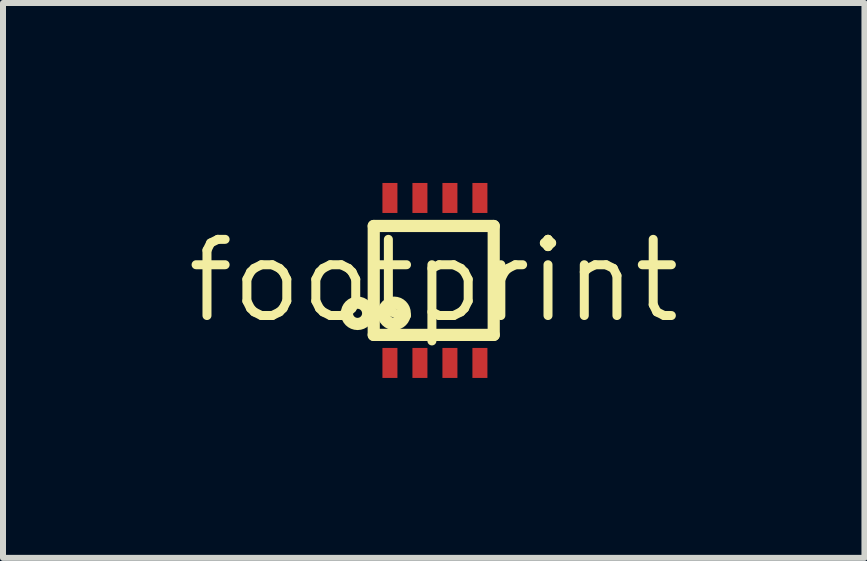
<source format=kicad_pcb>
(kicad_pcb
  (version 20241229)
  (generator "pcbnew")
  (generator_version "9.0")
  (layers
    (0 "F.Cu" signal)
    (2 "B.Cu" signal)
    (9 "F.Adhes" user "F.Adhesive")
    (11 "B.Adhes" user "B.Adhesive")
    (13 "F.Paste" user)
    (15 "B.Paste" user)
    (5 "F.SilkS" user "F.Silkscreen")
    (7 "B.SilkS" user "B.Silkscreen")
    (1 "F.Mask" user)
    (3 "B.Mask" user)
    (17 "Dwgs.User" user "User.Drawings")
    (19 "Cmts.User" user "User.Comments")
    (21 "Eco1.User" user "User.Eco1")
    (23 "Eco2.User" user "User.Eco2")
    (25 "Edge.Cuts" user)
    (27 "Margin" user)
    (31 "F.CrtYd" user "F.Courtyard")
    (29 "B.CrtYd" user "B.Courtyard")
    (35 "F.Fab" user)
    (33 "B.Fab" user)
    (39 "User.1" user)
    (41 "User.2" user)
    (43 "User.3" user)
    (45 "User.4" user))
  (footprint "footprint"
    (layer "F.Cu")
    (at 4.18 1.63)
    (property "Reference" "footprint" (at 0 0 0) (layer "F.SilkS") (effects (font (size 1.27 1.27) (thickness 0.15))))
    (fp_line (start -1 -0.913) (end -1 0.903) (stroke (width 0.203) (type solid)) (layer "F.SilkS"))
    (fp_line (start -1 0.903) (end 1 0.903) (stroke (width 0.203) (type solid)) (layer "F.SilkS"))
    (fp_line (start 1 -0.913) (end -1 -0.913) (stroke (width 0.203) (type solid)) (layer "F.SilkS"))
    (fp_line (start 1 0.903) (end 1 -0.913) (stroke (width 0.203) (type solid)) (layer "F.SilkS"))
    (fp_circle (center -1.27 0.543) (end -1.194 0.543) (stroke (width 0.203) (type solid)) (fill no) (layer "F.SilkS"))
    (fp_circle (center -0.66 0.543) (end -0.584 0.543) (stroke (width 0.203) (type solid)) (fill no) (layer "F.SilkS"))
    (pad "1" smd rect (at -0.73 1.37) (size 0.25 0.5) (layers "F.Cu" "F.Mask" "F.Paste"))
    (pad "2" smd rect (at -0.23 1.37) (size 0.25 0.5) (layers "F.Cu" "F.Mask" "F.Paste"))
    (pad "3" smd rect (at 0.27 1.37) (size 0.25 0.5) (layers "F.Cu" "F.Mask" "F.Paste"))
    (pad "4" smd rect (at 0.77 1.37) (size 0.25 0.5) (layers "F.Cu" "F.Mask" "F.Paste"))
    (pad "5" smd rect (at 0.77 -1.38) (size 0.25 0.5) (layers "F.Cu" "F.Mask" "F.Paste"))
    (pad "6" smd rect (at 0.27 -1.38) (size 0.25 0.5) (layers "F.Cu" "F.Mask" "F.Paste"))
    (pad "7" smd rect (at -0.23 -1.38) (size 0.25 0.5) (layers "F.Cu" "F.Mask" "F.Paste"))
    (pad "8" smd rect (at -0.73 -1.38) (size 0.25 0.5) (layers "F.Cu" "F.Mask" "F.Paste")))
  (gr_rect
    (start -3 -3)
    (end 11.36 6.25)
    (stroke (width 0.1) (type default))
    (fill no)
    (layer "Edge.Cuts")))
</source>
